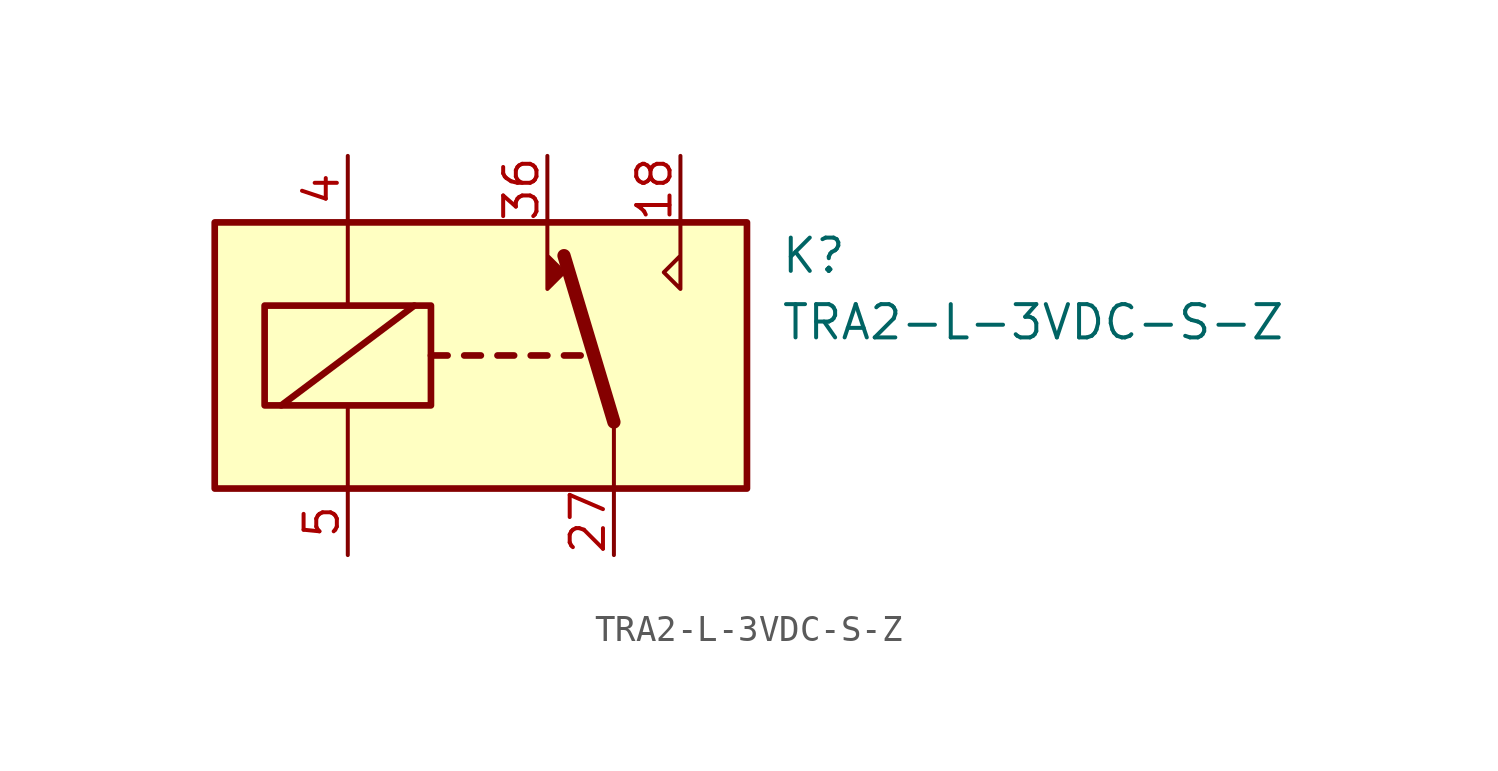
<source format=kicad_sym>
(kicad_symbol_lib
  (version 20231120)
  (generator "kicad_symbol_editor")
  (generator_version "8.0")
  (symbol "TRA2-L-3VDC-S-Z"
    (property "Reference" "K"
      (at 11.43 3.81 0)
      (effects (font (size 1.27 1.27)) (justify left)))
    (property "Value" "TRA2-L-3VDC-S-Z"
      (at 11.43 1.27 0)
      (effects (font (size 1.27 1.27)) (justify left)))
    (symbol "TRA2-L-3VDC-S-Z_0_0"
      (polyline (pts (xy 7.62 5.08) (xy 7.62 2.54) (xy 6.985 3.175) (xy 7.62 3.81)) (stroke (width 0) (type default)) (fill (type none))))
    (symbol "TRA2-L-3VDC-S-Z_0_1"
      (rectangle (start -10.16 5.08) (end 10.16 -5.08) (stroke (width 0.254) (type default)) (fill (type background)))
      (rectangle (start -8.255 1.905) (end -1.905 -1.905) (stroke (width 0.254) (type default)) (fill (type none)))
      (polyline (pts (xy -7.62 -1.905) (xy -2.54 1.905)) (stroke (width 0.254) (type default)) (fill (type none)))
      (polyline (pts (xy -5.08 -5.08) (xy -5.08 -1.905)) (stroke (width 0) (type default)) (fill (type none)))
      (polyline (pts (xy -5.08 5.08) (xy -5.08 1.905)) (stroke (width 0) (type default)) (fill (type none)))
      (polyline (pts (xy -1.905 0) (xy -1.27 0)) (stroke (width 0.254) (type default)) (fill (type none)))
      (polyline (pts (xy -0.635 0) (xy 0 0)) (stroke (width 0.254) (type default)) (fill (type none)))
      (polyline (pts (xy 0.635 0) (xy 1.27 0)) (stroke (width 0.254) (type default)) (fill (type none)))
      (polyline (pts (xy 1.905 0) (xy 2.54 0)) (stroke (width 0.254) (type default)) (fill (type none)))
      (polyline (pts (xy 3.175 0) (xy 3.81 0)) (stroke (width 0.254) (type default)) (fill (type none)))
      (polyline (pts (xy 5.08 -2.54) (xy 3.175 3.81)) (stroke (width 0.508) (type default)) (fill (type none)))
      (polyline (pts (xy 5.08 -2.54) (xy 5.08 -5.08)) (stroke (width 0) (type default)) (fill (type none)))
      (polyline (pts (xy 2.54 5.08) (xy 2.54 2.54) (xy 3.175 3.175) (xy 2.54 3.81)) (stroke (width 0) (type default)) (fill (type outline))))
    (symbol "TRA2-L-3VDC-S-Z_1_1"
      (pin passive line (at 7.62 7.62 270) (length 2.54) (name "~" (effects (font (size 1.27 1.27)))) (number "18" (effects (font (size 1.27 1.27)))))
      (pin passive line (at 5.08 -7.62 90) (length 2.54) (name "~" (effects (font (size 1.27 1.27)))) (number "27" (effects (font (size 1.27 1.27)))))
      (pin passive line (at 2.54 7.62 270) (length 2.54) (name "~" (effects (font (size 1.27 1.27)))) (number "36" (effects (font (size 1.27 1.27)))))
      (pin passive line (at -5.08 7.62 270) (length 2.54) (name "~" (effects (font (size 1.27 1.27)))) (number "4" (effects (font (size 1.27 1.27)))))
      (pin passive line (at -5.08 -7.62 90) (length 2.54) (name "~" (effects (font (size 1.27 1.27)))) (number "5" (effects (font (size 1.27 1.27))))))))
</source>
